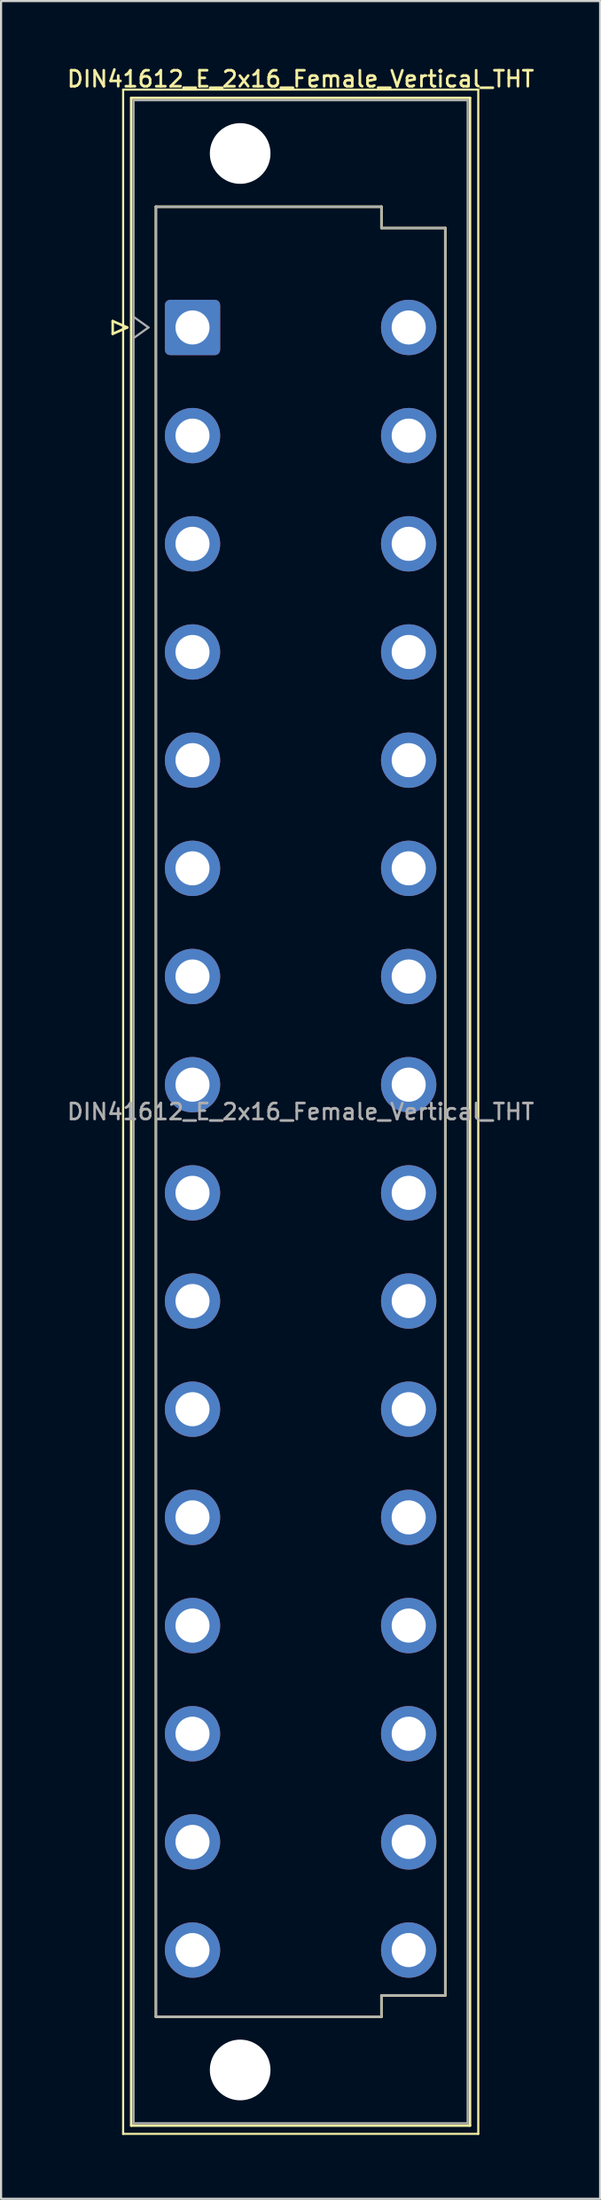
<source format=kicad_pcb>
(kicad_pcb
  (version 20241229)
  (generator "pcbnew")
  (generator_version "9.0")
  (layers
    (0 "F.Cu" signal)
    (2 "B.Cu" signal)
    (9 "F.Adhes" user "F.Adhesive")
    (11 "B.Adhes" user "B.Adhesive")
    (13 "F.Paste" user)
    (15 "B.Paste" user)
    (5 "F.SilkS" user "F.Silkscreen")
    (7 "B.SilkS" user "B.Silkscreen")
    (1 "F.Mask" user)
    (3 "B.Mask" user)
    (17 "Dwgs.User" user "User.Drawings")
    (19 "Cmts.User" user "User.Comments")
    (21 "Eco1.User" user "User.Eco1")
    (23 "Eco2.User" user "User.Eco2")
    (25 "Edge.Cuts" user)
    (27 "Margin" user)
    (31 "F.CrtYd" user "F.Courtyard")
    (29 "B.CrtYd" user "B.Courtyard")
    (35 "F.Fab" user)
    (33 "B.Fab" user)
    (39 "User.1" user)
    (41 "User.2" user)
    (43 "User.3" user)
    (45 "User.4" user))
  (footprint "DIN41612_E_2x16_Female_Vertical_THT"
    (layer "F.Cu")
    (at 5.997 9.788)
    (property "Reference" "DIN41612_E_2x16_Female_Vertical_THT" (at 5.08 -9.13 0) (layer "F.SilkS") (effects (font (size 0.75 0.75) (thickness 0.125))))
    (attr through_hole)
    (fp_line (start -3.75 2.24) (end -3.75 2.84) (stroke (width 0.12) (type solid)) (layer "F.SilkS"))
    (fp_line (start -3.75 2.84) (end -3.07 2.54) (stroke (width 0.12) (type solid)) (layer "F.SilkS"))
    (fp_line (start -3.26 -8.63) (end 13.43 -8.63) (stroke (width 0.1) (type solid)) (layer "F.SilkS"))
    (fp_line (start -3.26 87.37) (end -3.26 -8.63) (stroke (width 0.1) (type solid)) (layer "F.SilkS"))
    (fp_line (start -3.07 2.54) (end -3.75 2.24) (stroke (width 0.12) (type solid)) (layer "F.SilkS"))
    (fp_line (start -2.88 -8.24) (end 13.04 -8.24) (stroke (width 0.12) (type solid)) (layer "F.SilkS"))
    (fp_line (start -2.88 86.98) (end -2.88 -8.24) (stroke (width 0.12) (type solid)) (layer "F.SilkS"))
    (fp_line (start -1.72 -3.131) (end 8.88 -3.131) (stroke (width 0.12) (type solid)) (layer "F.SilkS"))
    (fp_line (start -1.72 81.87) (end -1.72 -3.131) (stroke (width 0.12) (type solid)) (layer "F.SilkS"))
    (fp_line (start 8.88 -3.131) (end 8.88 -2.131) (stroke (width 0.12) (type solid)) (layer "F.SilkS"))
    (fp_line (start 8.88 -2.131) (end 11.88 -2.131) (stroke (width 0.12) (type solid)) (layer "F.SilkS"))
    (fp_line (start 8.88 80.87) (end 8.88 81.87) (stroke (width 0.12) (type solid)) (layer "F.SilkS"))
    (fp_line (start 8.88 81.87) (end -1.72 81.87) (stroke (width 0.12) (type solid)) (layer "F.SilkS"))
    (fp_line (start 11.88 -2.131) (end 11.88 80.87) (stroke (width 0.12) (type solid)) (layer "F.SilkS"))
    (fp_line (start 11.88 80.87) (end 8.88 80.87) (stroke (width 0.12) (type solid)) (layer "F.SilkS"))
    (fp_line (start 13.04 -8.24) (end 13.04 86.98) (stroke (width 0.12) (type solid)) (layer "F.SilkS"))
    (fp_line (start 13.04 86.98) (end -2.88 86.98) (stroke (width 0.12) (type solid)) (layer "F.SilkS"))
    (fp_line (start 13.43 -8.63) (end 13.43 87.37) (stroke (width 0.1) (type solid)) (layer "F.SilkS"))
    (fp_line (start 13.43 87.37) (end -3.26 87.37) (stroke (width 0.1) (type solid)) (layer "F.SilkS"))
    (fp_line (start -2.77 -8.13) (end 12.93 -8.13) (stroke (width 0.1) (type solid)) (layer "F.Fab"))
    (fp_line (start -2.77 2.04) (end -2.07 2.54) (stroke (width 0.1) (type solid)) (layer "F.Fab"))
    (fp_line (start -2.77 86.87) (end -2.77 -8.13) (stroke (width 0.1) (type solid)) (layer "F.Fab"))
    (fp_line (start -2.07 2.54) (end -2.77 3.04) (stroke (width 0.1) (type solid)) (layer "F.Fab"))
    (fp_line (start -1.72 -3.13) (end 8.88 -3.13) (stroke (width 0.1) (type solid)) (layer "F.Fab"))
    (fp_line (start -1.72 81.87) (end -1.72 -3.13) (stroke (width 0.1) (type solid)) (layer "F.Fab"))
    (fp_line (start 8.88 -3.13) (end 8.88 -2.13) (stroke (width 0.1) (type solid)) (layer "F.Fab"))
    (fp_line (start 8.88 -2.13) (end 11.88 -2.13) (stroke (width 0.1) (type solid)) (layer "F.Fab"))
    (fp_line (start 8.88 80.87) (end 8.88 81.87) (stroke (width 0.1) (type solid)) (layer "F.Fab"))
    (fp_line (start 8.88 81.87) (end -1.72 81.87) (stroke (width 0.1) (type solid)) (layer "F.Fab"))
    (fp_line (start 11.88 -2.13) (end 11.88 80.87) (stroke (width 0.1) (type solid)) (layer "F.Fab"))
    (fp_line (start 11.88 80.87) (end 8.88 80.87) (stroke (width 0.1) (type solid)) (layer "F.Fab"))
    (fp_line (start 12.93 -8.13) (end 12.93 86.87) (stroke (width 0.1) (type solid)) (layer "F.Fab"))
    (fp_line (start 12.93 86.87) (end -2.77 86.87) (stroke (width 0.1) (type solid)) (layer "F.Fab"))
    (fp_text user "${REFERENCE}" (at 5.08 39.37 0) (layer "F.Fab") (effects (font (size 0.75 0.75) (thickness 0.125))))
    (pad "" np_thru_hole circle (at 2.24 -5.63) (size 2.85 2.85) (drill 2.85) (layers "*.Cu" "*.Mask"))
    (pad "" np_thru_hole circle (at 2.24 84.37) (size 2.85 2.85) (drill 2.85) (layers "*.Cu" "*.Mask"))
    (pad "a2" thru_hole roundrect (at 0 2.54) (size 2.6 2.6) (drill 1.6) (layers "*.Cu" "*.Mask") (roundrect_rratio 0.096))
    (pad "a4" thru_hole circle (at 0 7.62) (size 2.6 2.6) (drill 1.6) (layers "*.Cu" "*.Mask"))
    (pad "a6" thru_hole circle (at 0 12.7) (size 2.6 2.6) (drill 1.6) (layers "*.Cu" "*.Mask"))
    (pad "a8" thru_hole circle (at 0 17.78) (size 2.6 2.6) (drill 1.6) (layers "*.Cu" "*.Mask"))
    (pad "a10" thru_hole circle (at 0 22.86) (size 2.6 2.6) (drill 1.6) (layers "*.Cu" "*.Mask"))
    (pad "a12" thru_hole circle (at 0 27.94) (size 2.6 2.6) (drill 1.6) (layers "*.Cu" "*.Mask"))
    (pad "a14" thru_hole circle (at 0 33.02) (size 2.6 2.6) (drill 1.6) (layers "*.Cu" "*.Mask"))
    (pad "a16" thru_hole circle (at 0 38.1) (size 2.6 2.6) (drill 1.6) (layers "*.Cu" "*.Mask"))
    (pad "a18" thru_hole circle (at 0 43.18) (size 2.6 2.6) (drill 1.6) (layers "*.Cu" "*.Mask"))
    (pad "a20" thru_hole circle (at 0 48.26) (size 2.6 2.6) (drill 1.6) (layers "*.Cu" "*.Mask"))
    (pad "a22" thru_hole circle (at 0 53.34) (size 2.6 2.6) (drill 1.6) (layers "*.Cu" "*.Mask"))
    (pad "a24" thru_hole circle (at 0 58.42) (size 2.6 2.6) (drill 1.6) (layers "*.Cu" "*.Mask"))
    (pad "a26" thru_hole circle (at 0 63.5) (size 2.6 2.6) (drill 1.6) (layers "*.Cu" "*.Mask"))
    (pad "a28" thru_hole circle (at 0 68.58) (size 2.6 2.6) (drill 1.6) (layers "*.Cu" "*.Mask"))
    (pad "a30" thru_hole circle (at 0 73.66) (size 2.6 2.6) (drill 1.6) (layers "*.Cu" "*.Mask"))
    (pad "a32" thru_hole circle (at 0 78.74) (size 2.6 2.6) (drill 1.6) (layers "*.Cu" "*.Mask"))
    (pad "e2" thru_hole circle (at 10.16 2.54) (size 2.6 2.6) (drill 1.6) (layers "*.Cu" "*.Mask"))
    (pad "e4" thru_hole circle (at 10.16 7.62) (size 2.6 2.6) (drill 1.6) (layers "*.Cu" "*.Mask"))
    (pad "e6" thru_hole circle (at 10.16 12.7) (size 2.6 2.6) (drill 1.6) (layers "*.Cu" "*.Mask"))
    (pad "e8" thru_hole circle (at 10.16 17.78) (size 2.6 2.6) (drill 1.6) (layers "*.Cu" "*.Mask"))
    (pad "e10" thru_hole circle (at 10.16 22.86) (size 2.6 2.6) (drill 1.6) (layers "*.Cu" "*.Mask"))
    (pad "e12" thru_hole circle (at 10.16 27.94) (size 2.6 2.6) (drill 1.6) (layers "*.Cu" "*.Mask"))
    (pad "e14" thru_hole circle (at 10.16 33.02) (size 2.6 2.6) (drill 1.6) (layers "*.Cu" "*.Mask"))
    (pad "e16" thru_hole circle (at 10.16 38.1) (size 2.6 2.6) (drill 1.6) (layers "*.Cu" "*.Mask"))
    (pad "e18" thru_hole circle (at 10.16 43.18) (size 2.6 2.6) (drill 1.6) (layers "*.Cu" "*.Mask"))
    (pad "e20" thru_hole circle (at 10.16 48.26) (size 2.6 2.6) (drill 1.6) (layers "*.Cu" "*.Mask"))
    (pad "e22" thru_hole circle (at 10.16 53.34) (size 2.6 2.6) (drill 1.6) (layers "*.Cu" "*.Mask"))
    (pad "e24" thru_hole circle (at 10.16 58.42) (size 2.6 2.6) (drill 1.6) (layers "*.Cu" "*.Mask"))
    (pad "e26" thru_hole circle (at 10.16 63.5) (size 2.6 2.6) (drill 1.6) (layers "*.Cu" "*.Mask"))
    (pad "e28" thru_hole circle (at 10.16 68.58) (size 2.6 2.6) (drill 1.6) (layers "*.Cu" "*.Mask"))
    (pad "e30" thru_hole circle (at 10.16 73.66) (size 2.6 2.6) (drill 1.6) (layers "*.Cu" "*.Mask"))
    (pad "e32" thru_hole circle (at 10.16 78.74) (size 2.6 2.6) (drill 1.6) (layers "*.Cu" "*.Mask")))
  (gr_rect
    (start -3 -3)
    (end 25.154 100.208)
    (stroke (width 0.1) (type default))
    (fill no)
    (layer "Edge.Cuts")))
</source>
